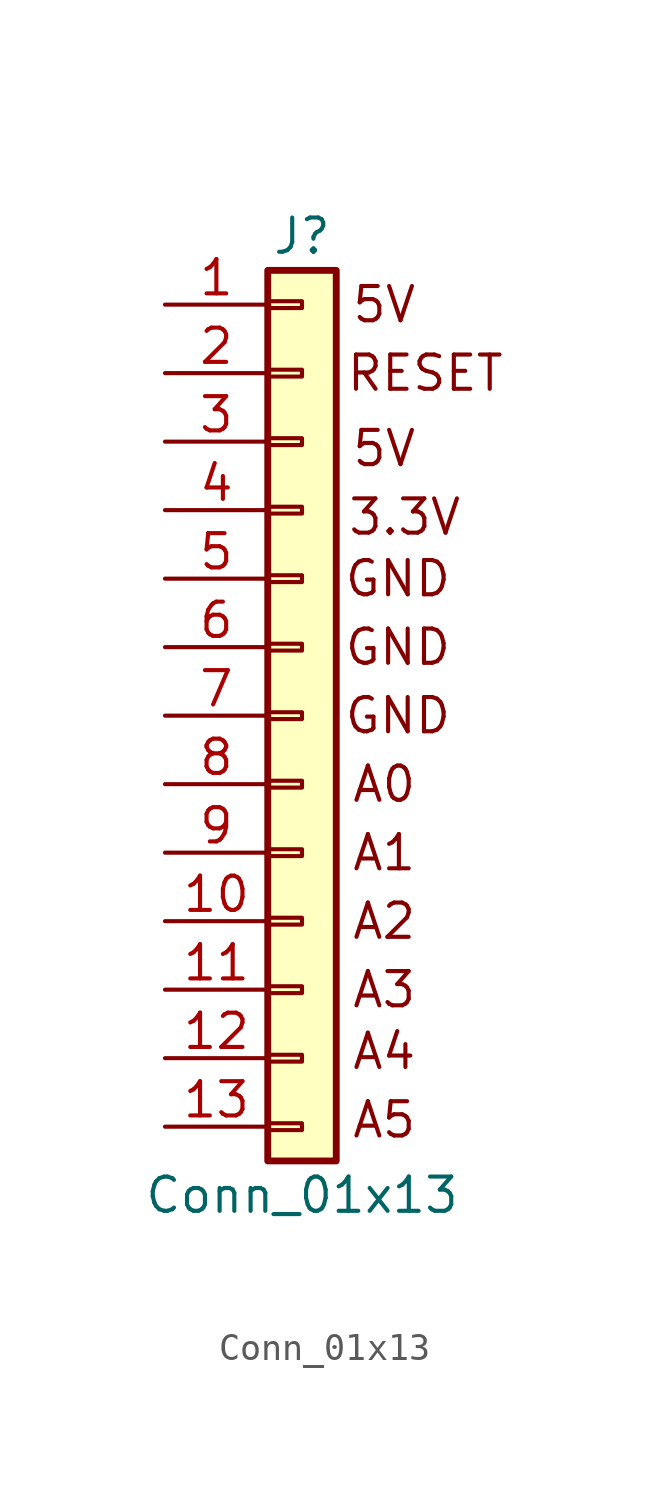
<source format=kicad_sym>
(kicad_symbol_lib
  (version 20241209)
  (generator "kicad_symbol_editor")
  (generator_version "9.0")
  (symbol "Conn_01x13"
    (pin_names
      (offset 1.016)
      (hide yes))
    (property "Reference" "J"
      (at 0 17.78 0)
      (effects (font (size 1.27 1.27))))
    (property "Value" "Conn_01x13"
      (at 0 -17.78 0)
      (effects (font (size 1.27 1.27))))
    (symbol "Conn_01x13_1_1"
      (rectangle (start -1.27 16.51) (end 1.27 -16.51) (stroke (width 0.254) (type default)) (fill (type background)))
      (rectangle (start -1.27 15.367) (end 0 15.113) (stroke (width 0.152) (type default)) (fill (type none)))
      (rectangle (start -1.27 12.827) (end 0 12.573) (stroke (width 0.152) (type default)) (fill (type none)))
      (rectangle (start -1.27 10.287) (end 0 10.033) (stroke (width 0.152) (type default)) (fill (type none)))
      (rectangle (start -1.27 7.747) (end 0 7.493) (stroke (width 0.152) (type default)) (fill (type none)))
      (rectangle (start -1.27 5.207) (end 0 4.953) (stroke (width 0.152) (type default)) (fill (type none)))
      (rectangle (start -1.27 2.667) (end 0 2.413) (stroke (width 0.152) (type default)) (fill (type none)))
      (rectangle (start -1.27 0.127) (end 0 -0.127) (stroke (width 0.152) (type default)) (fill (type none)))
      (rectangle (start -1.27 -2.413) (end 0 -2.667) (stroke (width 0.152) (type default)) (fill (type none)))
      (rectangle (start -1.27 -4.953) (end 0 -5.207) (stroke (width 0.152) (type default)) (fill (type none)))
      (rectangle (start -1.27 -7.493) (end 0 -7.747) (stroke (width 0.152) (type default)) (fill (type none)))
      (rectangle (start -1.27 -10.033) (end 0 -10.287) (stroke (width 0.152) (type default)) (fill (type none)))
      (rectangle (start -1.27 -12.573) (end 0 -12.827) (stroke (width 0.152) (type default)) (fill (type none)))
      (rectangle (start -1.27 -15.113) (end 0 -15.367) (stroke (width 0.152) (type default)) (fill (type none)))
      (text "5V" (at 3.048 15.24 0) (effects (font (size 1.27 1.27))))
      (text "5V" (at 3.048 9.906 0) (effects (font (size 1.27 1.27))))
      (text "A0" (at 3.048 -2.54 0) (effects (font (size 1.27 1.27))))
      (text "A1" (at 3.048 -5.08 0) (effects (font (size 1.27 1.27))))
      (text "A2" (at 3.048 -7.62 0) (effects (font (size 1.27 1.27))))
      (text "A3" (at 3.048 -10.16 0) (effects (font (size 1.27 1.27))))
      (text "A4" (at 3.048 -12.446 0) (effects (font (size 1.27 1.27))))
      (text "A5" (at 3.048 -14.986 0) (effects (font (size 1.27 1.27))))
      (text "GND" (at 3.556 5.08 0) (effects (font (size 1.27 1.27))))
      (text "GND\n" (at 3.556 2.54 0) (effects (font (size 1.27 1.27))))
      (text "GND\n" (at 3.556 0 0) (effects (font (size 1.27 1.27))))
      (text "3.3V" (at 3.81 7.366 0) (effects (font (size 1.27 1.27))))
      (text "RESET" (at 4.572 12.7 0) (effects (font (size 1.27 1.27))))
      (pin passive line (at -5.08 15.24 0) (length 3.81) (name "Pin_1" (effects (font (size 1.27 1.27)))) (number "1" (effects (font (size 1.27 1.27)))))
      (pin passive line (at -5.08 12.7 0) (length 3.81) (name "Pin_2" (effects (font (size 1.27 1.27)))) (number "2" (effects (font (size 1.27 1.27)))))
      (pin passive line (at -5.08 10.16 0) (length 3.81) (name "Pin_3" (effects (font (size 1.27 1.27)))) (number "3" (effects (font (size 1.27 1.27)))))
      (pin passive line (at -5.08 7.62 0) (length 3.81) (name "Pin_4" (effects (font (size 1.27 1.27)))) (number "4" (effects (font (size 1.27 1.27)))))
      (pin passive line (at -5.08 5.08 0) (length 3.81) (name "Pin_5" (effects (font (size 1.27 1.27)))) (number "5" (effects (font (size 1.27 1.27)))))
      (pin passive line (at -5.08 2.54 0) (length 3.81) (name "Pin_6" (effects (font (size 1.27 1.27)))) (number "6" (effects (font (size 1.27 1.27)))))
      (pin passive line (at -5.08 0 0) (length 3.81) (name "Pin_7" (effects (font (size 1.27 1.27)))) (number "7" (effects (font (size 1.27 1.27)))))
      (pin passive line (at -5.08 -2.54 0) (length 3.81) (name "Pin_8" (effects (font (size 1.27 1.27)))) (number "8" (effects (font (size 1.27 1.27)))))
      (pin passive line (at -5.08 -5.08 0) (length 3.81) (name "Pin_9" (effects (font (size 1.27 1.27)))) (number "9" (effects (font (size 1.27 1.27)))))
      (pin passive line (at -5.08 -7.62 0) (length 3.81) (name "Pin_10" (effects (font (size 1.27 1.27)))) (number "10" (effects (font (size 1.27 1.27)))))
      (pin passive line (at -5.08 -10.16 0) (length 3.81) (name "Pin_11" (effects (font (size 1.27 1.27)))) (number "11" (effects (font (size 1.27 1.27)))))
      (pin passive line (at -5.08 -12.7 0) (length 3.81) (name "Pin_12" (effects (font (size 1.27 1.27)))) (number "12" (effects (font (size 1.27 1.27)))))
      (pin passive line (at -5.08 -15.24 0) (length 3.81) (name "Pin_13" (effects (font (size 1.27 1.27)))) (number "13" (effects (font (size 1.27 1.27))))))))
</source>
